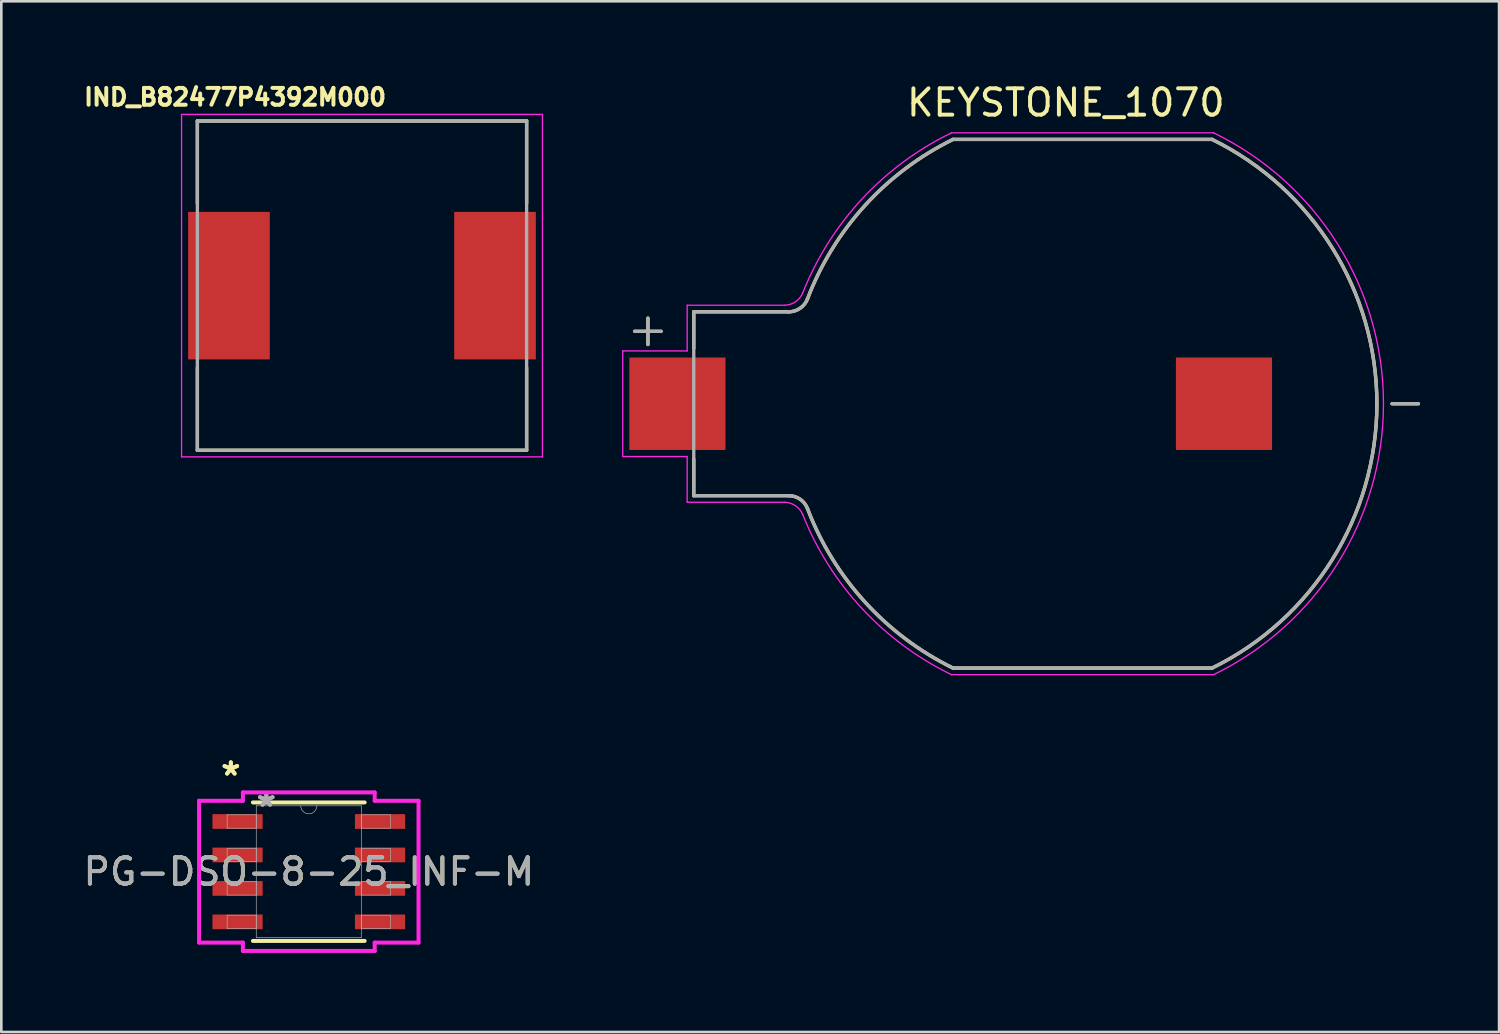
<source format=kicad_pcb>
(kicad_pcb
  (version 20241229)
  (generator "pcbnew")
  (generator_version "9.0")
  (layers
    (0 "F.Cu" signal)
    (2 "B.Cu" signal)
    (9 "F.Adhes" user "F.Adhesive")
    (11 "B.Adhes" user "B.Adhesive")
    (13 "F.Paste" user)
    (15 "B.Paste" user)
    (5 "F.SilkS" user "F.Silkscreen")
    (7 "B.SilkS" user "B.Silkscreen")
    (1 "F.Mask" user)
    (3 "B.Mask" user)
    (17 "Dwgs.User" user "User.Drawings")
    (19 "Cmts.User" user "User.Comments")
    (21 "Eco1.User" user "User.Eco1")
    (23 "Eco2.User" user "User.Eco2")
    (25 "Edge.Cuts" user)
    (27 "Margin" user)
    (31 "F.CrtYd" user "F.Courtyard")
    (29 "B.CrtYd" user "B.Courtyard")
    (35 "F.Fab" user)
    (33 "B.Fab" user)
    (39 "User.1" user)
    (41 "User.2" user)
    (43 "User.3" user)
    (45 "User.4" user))
  (footprint "PG-DSO-8-25_INF-M"
    (layer "F.Cu")
    (at 8.673 30.043)
    (property "Reference" "PG-DSO-8-25_INF-M" (at 0 0 0) (unlocked yes) (layer "F.SilkS") (effects (font (size 1 1) (thickness 0.15))))
    (attr smd)
    (fp_line (start -2.121 2.629) (end 2.121 2.629) (stroke (width 0.152) (type solid)) (layer "F.SilkS"))
    (fp_line (start 2.121 -2.629) (end -2.121 -2.629) (stroke (width 0.152) (type solid)) (layer "F.SilkS"))
    (fp_line (start -4.166 -2.692) (end -2.502 -2.692) (stroke (width 0.152) (type solid)) (layer "F.CrtYd"))
    (fp_line (start -4.166 2.692) (end -4.166 -2.692) (stroke (width 0.152) (type solid)) (layer "F.CrtYd"))
    (fp_line (start -4.166 2.692) (end -2.502 2.692) (stroke (width 0.152) (type solid)) (layer "F.CrtYd"))
    (fp_line (start -2.502 -3.01) (end 2.502 -3.01) (stroke (width 0.152) (type solid)) (layer "F.CrtYd"))
    (fp_line (start -2.502 -2.692) (end -2.502 -3.01) (stroke (width 0.152) (type solid)) (layer "F.CrtYd"))
    (fp_line (start -2.502 3.01) (end -2.502 2.692) (stroke (width 0.152) (type solid)) (layer "F.CrtYd"))
    (fp_line (start 2.502 -3.01) (end 2.502 -2.692) (stroke (width 0.152) (type solid)) (layer "F.CrtYd"))
    (fp_line (start 2.502 2.692) (end 2.502 3.01) (stroke (width 0.152) (type solid)) (layer "F.CrtYd"))
    (fp_line (start 2.502 3.01) (end -2.502 3.01) (stroke (width 0.152) (type solid)) (layer "F.CrtYd"))
    (fp_line (start 4.166 -2.692) (end 2.502 -2.692) (stroke (width 0.152) (type solid)) (layer "F.CrtYd"))
    (fp_line (start 4.166 -2.692) (end 4.166 2.692) (stroke (width 0.152) (type solid)) (layer "F.CrtYd"))
    (fp_line (start 4.166 2.692) (end 2.502 2.692) (stroke (width 0.152) (type solid)) (layer "F.CrtYd"))
    (fp_line (start -3.099 -2.159) (end -3.099 -1.651) (stroke (width 0.025) (type solid)) (layer "F.Fab"))
    (fp_line (start -3.099 -1.651) (end -1.994 -1.651) (stroke (width 0.025) (type solid)) (layer "F.Fab"))
    (fp_line (start -3.099 -0.889) (end -3.099 -0.381) (stroke (width 0.025) (type solid)) (layer "F.Fab"))
    (fp_line (start -3.099 -0.381) (end -1.994 -0.381) (stroke (width 0.025) (type solid)) (layer "F.Fab"))
    (fp_line (start -3.099 0.381) (end -3.099 0.889) (stroke (width 0.025) (type solid)) (layer "F.Fab"))
    (fp_line (start -3.099 0.889) (end -1.994 0.889) (stroke (width 0.025) (type solid)) (layer "F.Fab"))
    (fp_line (start -3.099 1.651) (end -3.099 2.159) (stroke (width 0.025) (type solid)) (layer "F.Fab"))
    (fp_line (start -3.099 2.159) (end -1.994 2.159) (stroke (width 0.025) (type solid)) (layer "F.Fab"))
    (fp_line (start -1.994 -2.502) (end -1.994 2.502) (stroke (width 0.025) (type solid)) (layer "F.Fab"))
    (fp_line (start -1.994 -2.159) (end -3.099 -2.159) (stroke (width 0.025) (type solid)) (layer "F.Fab"))
    (fp_line (start -1.994 -1.651) (end -1.994 -2.159) (stroke (width 0.025) (type solid)) (layer "F.Fab"))
    (fp_line (start -1.994 -0.889) (end -3.099 -0.889) (stroke (width 0.025) (type solid)) (layer "F.Fab"))
    (fp_line (start -1.994 -0.381) (end -1.994 -0.889) (stroke (width 0.025) (type solid)) (layer "F.Fab"))
    (fp_line (start -1.994 0.381) (end -3.099 0.381) (stroke (width 0.025) (type solid)) (layer "F.Fab"))
    (fp_line (start -1.994 0.889) (end -1.994 0.381) (stroke (width 0.025) (type solid)) (layer "F.Fab"))
    (fp_line (start -1.994 1.651) (end -3.099 1.651) (stroke (width 0.025) (type solid)) (layer "F.Fab"))
    (fp_line (start -1.994 2.159) (end -1.994 1.651) (stroke (width 0.025) (type solid)) (layer "F.Fab"))
    (fp_line (start -1.994 2.502) (end 1.994 2.502) (stroke (width 0.025) (type solid)) (layer "F.Fab"))
    (fp_line (start 1.994 -2.502) (end -1.994 -2.502) (stroke (width 0.025) (type solid)) (layer "F.Fab"))
    (fp_line (start 1.994 -2.159) (end 1.994 -1.651) (stroke (width 0.025) (type solid)) (layer "F.Fab"))
    (fp_line (start 1.994 -1.651) (end 3.099 -1.651) (stroke (width 0.025) (type solid)) (layer "F.Fab"))
    (fp_line (start 1.994 -0.889) (end 1.994 -0.381) (stroke (width 0.025) (type solid)) (layer "F.Fab"))
    (fp_line (start 1.994 -0.381) (end 3.099 -0.381) (stroke (width 0.025) (type solid)) (layer "F.Fab"))
    (fp_line (start 1.994 0.381) (end 1.994 0.889) (stroke (width 0.025) (type solid)) (layer "F.Fab"))
    (fp_line (start 1.994 0.889) (end 3.099 0.889) (stroke (width 0.025) (type solid)) (layer "F.Fab"))
    (fp_line (start 1.994 1.651) (end 1.994 2.159) (stroke (width 0.025) (type solid)) (layer "F.Fab"))
    (fp_line (start 1.994 2.159) (end 3.099 2.159) (stroke (width 0.025) (type solid)) (layer "F.Fab"))
    (fp_line (start 1.994 2.502) (end 1.994 -2.502) (stroke (width 0.025) (type solid)) (layer "F.Fab"))
    (fp_line (start 3.099 -2.159) (end 1.994 -2.159) (stroke (width 0.025) (type solid)) (layer "F.Fab"))
    (fp_line (start 3.099 -1.651) (end 3.099 -2.159) (stroke (width 0.025) (type solid)) (layer "F.Fab"))
    (fp_line (start 3.099 -0.889) (end 1.994 -0.889) (stroke (width 0.025) (type solid)) (layer "F.Fab"))
    (fp_line (start 3.099 -0.381) (end 3.099 -0.889) (stroke (width 0.025) (type solid)) (layer "F.Fab"))
    (fp_line (start 3.099 0.381) (end 1.994 0.381) (stroke (width 0.025) (type solid)) (layer "F.Fab"))
    (fp_line (start 3.099 0.889) (end 3.099 0.381) (stroke (width 0.025) (type solid)) (layer "F.Fab"))
    (fp_line (start 3.099 1.651) (end 1.994 1.651) (stroke (width 0.025) (type solid)) (layer "F.Fab"))
    (fp_line (start 3.099 2.159) (end 3.099 1.651) (stroke (width 0.025) (type solid)) (layer "F.Fab"))
    (fp_arc (start 0.3048 -2.5019) (mid 0 -2.1971) (end -0.3048 -2.5019) (stroke (width 0.0254) (type solid)) (layer "F.Fab"))
    (fp_text user "*" (at -2.959 -3.607 0) (layer "F.SilkS") (effects (font (size 1 1) (thickness 0.15))))
    (fp_text user "*" (at -2.959 -3.607 0) (unlocked yes) (layer "F.SilkS") (effects (font (size 1 1) (thickness 0.15))))
    (fp_text user "*" (at -1.613 -2.426 0) (unlocked yes) (layer "F.Fab") (effects (font (size 1 1) (thickness 0.15))))
    (fp_text user "*" (at -1.613 -2.426 0) (layer "F.Fab") (effects (font (size 1 1) (thickness 0.15))))
    (fp_text user "${REFERENCE}" (at 0 0 0) (unlocked yes) (layer "F.Fab") (effects (font (size 1 1) (thickness 0.15))))
    (pad "1" smd rect (at -2.705 -1.905) (size 1.905 0.559) (layers "F.Cu" "F.Mask" "F.Paste"))
    (pad "2" smd rect (at -2.705 -0.635) (size 1.905 0.559) (layers "F.Cu" "F.Mask" "F.Paste"))
    (pad "3" smd rect (at -2.705 0.635) (size 1.905 0.559) (layers "F.Cu" "F.Mask" "F.Paste"))
    (pad "4" smd rect (at -2.705 1.905) (size 1.905 0.559) (layers "F.Cu" "F.Mask" "F.Paste"))
    (pad "5" smd rect (at 2.705 1.905) (size 1.905 0.559) (layers "F.Cu" "F.Mask" "F.Paste"))
    (pad "6" smd rect (at 2.705 0.635) (size 1.905 0.559) (layers "F.Cu" "F.Mask" "F.Paste"))
    (pad "7" smd rect (at 2.705 -0.635) (size 1.905 0.559) (layers "F.Cu" "F.Mask" "F.Paste"))
    (pad "8" smd rect (at 2.705 -1.905) (size 1.905 0.559) (layers "F.Cu" "F.Mask" "F.Paste")))
  (footprint "KEYSTONE_1070"
    (layer "F.Cu")
    (at 38.048 12.278)
    (property "Reference" "KEYSTONE_1070" (at -0.635 -11.43 0) (layer "F.SilkS") (effects (font (size 1 1) (thickness 0.15))))
    (attr smd)
    (fp_line (start -17 -2.75) (end -16 -2.75) (stroke (width 0.127) (type solid)) (layer "F.SilkS"))
    (fp_line (start -16.5 -3.25) (end -16.5 -2.25) (stroke (width 0.127) (type solid)) (layer "F.SilkS"))
    (fp_line (start -14.76 -3.49) (end -14.76 -2.1) (stroke (width 0.127) (type solid)) (layer "F.SilkS"))
    (fp_line (start -14.76 -3.49) (end -11.154 -3.49) (stroke (width 0.127) (type solid)) (layer "F.SilkS"))
    (fp_line (start -14.76 2.1) (end -14.76 3.49) (stroke (width 0.127) (type solid)) (layer "F.SilkS"))
    (fp_line (start -14.76 3.49) (end -11.154 3.49) (stroke (width 0.127) (type solid)) (layer "F.SilkS"))
    (fp_line (start -4.917 -10.035) (end 4.917 -10.035) (stroke (width 0.127) (type solid)) (layer "F.SilkS"))
    (fp_line (start -4.917 10.035) (end 4.917 10.035) (stroke (width 0.127) (type solid)) (layer "F.SilkS"))
    (fp_line (start 11.75 0) (end 12.75 0) (stroke (width 0.127) (type solid)) (layer "F.SilkS"))
    (fp_arc (start -11.154 3.49) (mid -10.721681 3.624518) (end -10.442 3.98057) (stroke (width 0.127) (type solid)) (layer "F.SilkS"))
    (fp_arc (start -10.442 -3.98057) (mid -10.721681 -3.624518) (end -11.154 -3.49) (stroke (width 0.127) (type solid)) (layer "F.SilkS"))
    (fp_arc (start -10.442 -3.98057) (mid -8.25474 -7.53258) (end -4.91726 -10.035) (stroke (width 0.127) (type solid)) (layer "F.SilkS"))
    (fp_arc (start -4.91726 10.035) (mid -8.25474 7.53258) (end -10.442 3.98057) (stroke (width 0.127) (type solid)) (layer "F.SilkS"))
    (fp_arc (start 4.91726 -10.035) (mid 11.174985 0) (end 4.91726 10.035) (stroke (width 0.127) (type solid)) (layer "F.SilkS"))
    (fp_line (start -17.455 -2.005) (end -17.455 2.005) (stroke (width 0.05) (type solid)) (layer "F.CrtYd"))
    (fp_line (start -17.455 2.005) (end -15.01 2.005) (stroke (width 0.05) (type solid)) (layer "F.CrtYd"))
    (fp_line (start -15.01 -3.74) (end -15.01 -2.005) (stroke (width 0.05) (type solid)) (layer "F.CrtYd"))
    (fp_line (start -15.01 -3.74) (end -11.325 -3.74) (stroke (width 0.05) (type solid)) (layer "F.CrtYd"))
    (fp_line (start -15.01 -2.005) (end -17.455 -2.005) (stroke (width 0.05) (type solid)) (layer "F.CrtYd"))
    (fp_line (start -15.01 2.005) (end -15.01 3.74) (stroke (width 0.05) (type solid)) (layer "F.CrtYd"))
    (fp_line (start -15.01 3.74) (end -11.325 3.74) (stroke (width 0.05) (type solid)) (layer "F.CrtYd"))
    (fp_line (start -4.975 -10.285) (end 4.975 -10.285) (stroke (width 0.05) (type solid)) (layer "F.CrtYd"))
    (fp_line (start -4.975 10.285) (end 4.975 10.285) (stroke (width 0.05) (type solid)) (layer "F.CrtYd"))
    (fp_arc (start -11.325 3.74) (mid -10.897129 3.871469) (end -10.6169 4.22051) (stroke (width 0.05) (type solid)) (layer "F.CrtYd"))
    (fp_arc (start -10.6169 -4.22051) (mid -10.897129 -3.871469) (end -11.325 -3.74) (stroke (width 0.05) (type solid)) (layer "F.CrtYd"))
    (fp_arc (start -10.6169 -4.22051) (mid -8.364833 -7.782064) (end -4.97488 -10.285) (stroke (width 0.05) (type solid)) (layer "F.CrtYd"))
    (fp_arc (start -4.97488 10.285) (mid -8.364833 7.782064) (end -10.6169 4.22051) (stroke (width 0.05) (type solid)) (layer "F.CrtYd"))
    (fp_arc (start 4.97488 -10.285) (mid 11.425022 0) (end 4.974879 10.285) (stroke (width 0.05) (type solid)) (layer "F.CrtYd"))
    (fp_line (start -17 -2.75) (end -16 -2.75) (stroke (width 0.127) (type solid)) (layer "F.Fab"))
    (fp_line (start -16.5 -3.25) (end -16.5 -2.25) (stroke (width 0.127) (type solid)) (layer "F.Fab"))
    (fp_line (start -14.76 -3.49) (end -14.76 3.49) (stroke (width 0.127) (type solid)) (layer "F.Fab"))
    (fp_line (start -14.76 -3.49) (end -11.154 -3.49) (stroke (width 0.127) (type solid)) (layer "F.Fab"))
    (fp_line (start -14.76 3.49) (end -11.154 3.49) (stroke (width 0.127) (type solid)) (layer "F.Fab"))
    (fp_line (start -4.917 -10.035) (end 4.917 -10.035) (stroke (width 0.127) (type solid)) (layer "F.Fab"))
    (fp_line (start -4.917 10.035) (end 4.917 10.035) (stroke (width 0.127) (type solid)) (layer "F.Fab"))
    (fp_line (start 11.75 0) (end 12.75 0) (stroke (width 0.127) (type solid)) (layer "F.Fab"))
    (fp_arc (start -11.154 3.49) (mid -10.721681 3.624518) (end -10.442 3.98057) (stroke (width 0.127) (type solid)) (layer "F.Fab"))
    (fp_arc (start -10.442 -3.98057) (mid -10.721681 -3.624518) (end -11.154 -3.49) (stroke (width 0.127) (type solid)) (layer "F.Fab"))
    (fp_arc (start -10.442 -3.98057) (mid -8.25474 -7.53258) (end -4.91726 -10.035) (stroke (width 0.127) (type solid)) (layer "F.Fab"))
    (fp_arc (start -4.91726 10.035) (mid -8.25474 7.53258) (end -10.442 3.98057) (stroke (width 0.127) (type solid)) (layer "F.Fab"))
    (fp_arc (start 4.91726 -10.035) (mid 11.174985 0) (end 4.91726 10.035) (stroke (width 0.127) (type solid)) (layer "F.Fab"))
    (pad "N" smd rect (at 5.37 0) (size 3.65 3.51) (layers "F.Cu" "F.Mask" "F.Paste"))
    (pad "P" smd rect (at -15.38 0) (size 3.65 3.51) (layers "F.Cu" "F.Mask" "F.Paste")))
  (footprint "IND_B82477P4392M000"
    (layer "F.Cu")
    (at 10.693 7.794)
    (property "Reference" "IND_B82477P4392M000" (at -4.818 -7.156 0) (layer "F.SilkS") (effects (font (size 0.64 0.64) (thickness 0.15))))
    (attr smd)
    (fp_line (start -6.25 -6.25) (end -6.25 -3.12) (stroke (width 0.127) (type solid)) (layer "F.SilkS"))
    (fp_line (start -6.25 -6.25) (end 6.25 -6.25) (stroke (width 0.127) (type solid)) (layer "F.SilkS"))
    (fp_line (start -6.25 6.25) (end -6.25 3.12) (stroke (width 0.127) (type solid)) (layer "F.SilkS"))
    (fp_line (start -6.25 6.25) (end 6.25 6.25) (stroke (width 0.127) (type solid)) (layer "F.SilkS"))
    (fp_line (start 6.25 -6.25) (end 6.25 -3.12) (stroke (width 0.127) (type solid)) (layer "F.SilkS"))
    (fp_line (start 6.25 6.25) (end 6.25 3.12) (stroke (width 0.127) (type solid)) (layer "F.SilkS"))
    (fp_line (start -6.85 -6.5) (end -6.85 6.5) (stroke (width 0.05) (type solid)) (layer "F.CrtYd"))
    (fp_line (start -6.85 6.5) (end 6.85 6.5) (stroke (width 0.05) (type solid)) (layer "F.CrtYd"))
    (fp_line (start 6.85 -6.5) (end -6.85 -6.5) (stroke (width 0.05) (type solid)) (layer "F.CrtYd"))
    (fp_line (start 6.85 6.5) (end 6.85 -6.5) (stroke (width 0.05) (type solid)) (layer "F.CrtYd"))
    (fp_line (start -6.25 -6.25) (end -6.25 6.25) (stroke (width 0.127) (type solid)) (layer "F.Fab"))
    (fp_line (start -6.25 -6.25) (end 6.25 -6.25) (stroke (width 0.127) (type solid)) (layer "F.Fab"))
    (fp_line (start -6.25 6.25) (end 6.25 6.25) (stroke (width 0.127) (type solid)) (layer "F.Fab"))
    (fp_line (start 6.25 -6.25) (end 6.25 6.25) (stroke (width 0.127) (type solid)) (layer "F.Fab"))
    (pad "1" smd rect (at -5.05 0) (size 3.1 5.6) (layers "F.Cu" "F.Mask" "F.Paste"))
    (pad "2" smd rect (at 5.05 0) (size 3.1 5.6) (layers "F.Cu" "F.Mask" "F.Paste")))
  (gr_rect
    (start -3 -3)
    (end 53.862 36.129)
    (stroke (width 0.1) (type default))
    (fill no)
    (layer "Edge.Cuts")))
</source>
